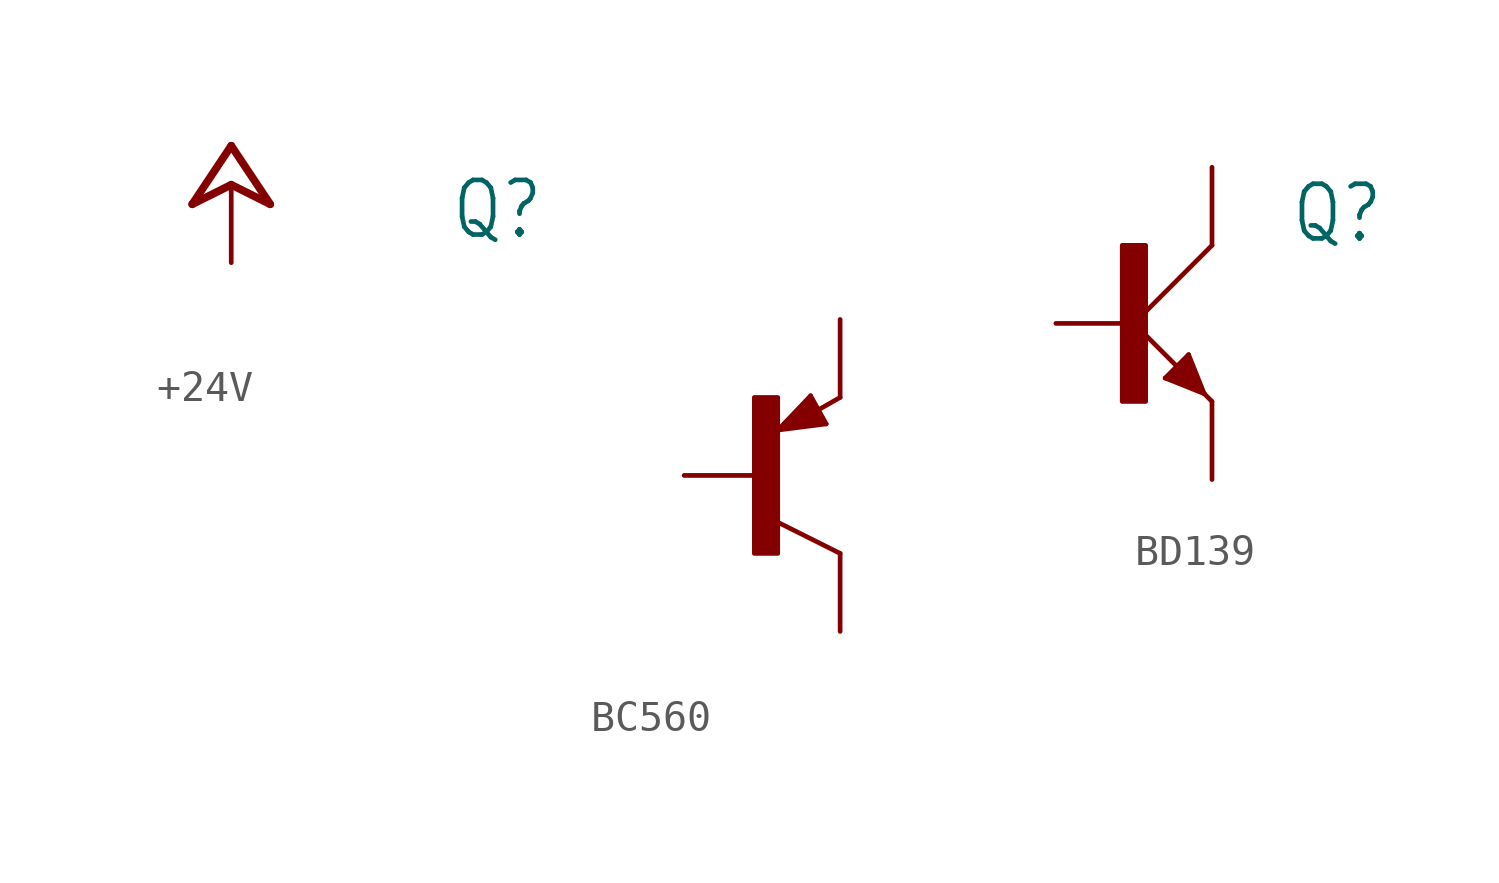
<source format=kicad_sym>
(kicad_symbol_lib
  (version 20241209)
  (generator "kicad_symbol_editor")
  (generator_version "9.0")
  (symbol "+24V"
    (power)
    (property "Reference" "#P+"
      (at 0 0 0)
      (effects (font (size 1.27 1.27)) (hide yes)))
    (property "Value" ""
      (at -2.54 -5.08 90)
      (effects (font (size 1.778 1.511)) (justify left bottom)))
    (property "ki_locked" ""
      (at 0 0 0)
      (effects (font (size 1.27 1.27))))
    (symbol "+24V_1_0"
      (polyline (pts (xy 0 1.27) (xy -1.27 -0.635)) (stroke (width 0.254) (type solid)) (fill (type none)))
      (polyline (pts (xy 0 0) (xy -1.27 -0.635)) (stroke (width 0.254) (type solid)) (fill (type none)))
      (polyline (pts (xy 1.27 -0.635) (xy 0 1.27)) (stroke (width 0.254) (type solid)) (fill (type none)))
      (polyline (pts (xy 1.27 -0.635) (xy 0 0)) (stroke (width 0.254) (type solid)) (fill (type none)))
      (pin power_in line (at 0 -2.54 90) (length 2.54) (name "+24V" (effects (font (size 0 0)))) (number "1" (effects (font (size 0 0)))))))
  (symbol "BC560"
    (property "Reference" "Q"
      (at -10.16 7.62 0)
      (effects (font (size 1.778 1.511)) (justify left bottom)))
    (property "Value" ""
      (at -10.16 5.08 0)
      (effects (font (size 1.778 1.511)) (justify left bottom)))
    (property "ki_locked" ""
      (at 0 0 0)
      (effects (font (size 1.27 1.27))))
    (symbol "BC560_1_0"
      (rectangle (start -0.254 -2.54) (end 0.508 2.54) (stroke (width 0) (type default)) (fill (type outline)))
      (polyline (pts (xy 0.516 1.478) (xy 2.086 1.678)) (stroke (width 0.152) (type solid)) (fill (type none)))
      (polyline (pts (xy 0.762 1.651) (xy 1.778 1.778)) (stroke (width 0.254) (type solid)) (fill (type none)))
      (polyline (pts (xy 1.143 1.905) (xy 1.524 1.905)) (stroke (width 0.254) (type solid)) (fill (type none)))
      (polyline (pts (xy 1.524 2.413) (xy 0.762 1.651)) (stroke (width 0.254) (type solid)) (fill (type none)))
      (polyline (pts (xy 1.524 2.159) (xy 1.143 1.905)) (stroke (width 0.254) (type solid)) (fill (type none)))
      (polyline (pts (xy 1.578 2.594) (xy 0.516 1.478)) (stroke (width 0.152) (type solid)) (fill (type none)))
      (polyline (pts (xy 1.778 1.778) (xy 1.524 2.159)) (stroke (width 0.254) (type solid)) (fill (type none)))
      (polyline (pts (xy 1.905 1.778) (xy 1.524 2.413)) (stroke (width 0.254) (type solid)) (fill (type none)))
      (polyline (pts (xy 2.086 1.678) (xy 1.578 2.594)) (stroke (width 0.152) (type solid)) (fill (type none)))
      (polyline (pts (xy 2.54 2.54) (xy 1.808 2.124)) (stroke (width 0.152) (type solid)) (fill (type none)))
      (polyline (pts (xy 2.54 -2.54) (xy 0.508 -1.524)) (stroke (width 0.152) (type solid)) (fill (type none)))
      (pin passive line (at -2.54 0 0) (length 2.54) (name "B" (effects (font (size 0 0)))) (number "B" (effects (font (size 0 0)))))
      (pin passive line (at 2.54 5.08 270) (length 2.54) (name "E" (effects (font (size 0 0)))) (number "E" (effects (font (size 0 0)))))
      (pin passive line (at 2.54 -5.08 90) (length 2.54) (name "C" (effects (font (size 0 0)))) (number "C" (effects (font (size 0 0)))))))
  (symbol "BD139"
    (property "Reference" "Q"
      (at 5.08 2.54 0)
      (effects (font (size 1.778 1.511)) (justify left bottom)))
    (property "Value" ""
      (at 5.08 0 0)
      (effects (font (size 1.778 1.511)) (justify left bottom)))
    (property "ki_locked" ""
      (at 0 0 0)
      (effects (font (size 1.27 1.27))))
    (symbol "BD139_1_0"
      (rectangle (start -0.381 -2.54) (end 0.381 2.54) (stroke (width 0) (type default)) (fill (type outline)))
      (polyline (pts (xy 0 0) (xy 1.651 -1.651)) (stroke (width 0.152) (type solid)) (fill (type none)))
      (polyline (pts (xy 1.016 -1.778) (xy 1.778 -1.016)) (stroke (width 0.152) (type solid)) (fill (type none)))
      (polyline (pts (xy 1.27 -1.778) (xy 2.159 -2.159)) (stroke (width 0.254) (type solid)) (fill (type none)))
      (polyline (pts (xy 1.524 -1.778) (xy 1.778 -1.524)) (stroke (width 0.254) (type solid)) (fill (type none)))
      (polyline (pts (xy 1.778 -1.016) (xy 2.286 -2.286)) (stroke (width 0.152) (type solid)) (fill (type none)))
      (polyline (pts (xy 1.778 -1.27) (xy 1.27 -1.778)) (stroke (width 0.254) (type solid)) (fill (type none)))
      (polyline (pts (xy 2.159 -2.159) (xy 1.651 -1.651)) (stroke (width 0.254) (type solid)) (fill (type none)))
      (polyline (pts (xy 2.159 -2.159) (xy 1.778 -1.27)) (stroke (width 0.254) (type solid)) (fill (type none)))
      (polyline (pts (xy 2.159 -2.159) (xy 2.286 -2.286)) (stroke (width 0.152) (type solid)) (fill (type none)))
      (polyline (pts (xy 2.286 -2.286) (xy 1.016 -1.778)) (stroke (width 0.152) (type solid)) (fill (type none)))
      (polyline (pts (xy 2.286 -2.286) (xy 2.54 -2.54)) (stroke (width 0.152) (type solid)) (fill (type none)))
      (polyline (pts (xy 2.54 2.54) (xy 0 0)) (stroke (width 0.152) (type solid)) (fill (type none)))
      (pin passive line (at -2.54 0 0) (length 2.54) (name "B" (effects (font (size 0 0)))) (number "B" (effects (font (size 0 0)))))
      (pin passive line (at 2.54 5.08 270) (length 2.54) (name "C" (effects (font (size 0 0)))) (number "C" (effects (font (size 0 0)))))
      (pin passive line (at 2.54 -5.08 90) (length 2.54) (name "E" (effects (font (size 0 0)))) (number "E" (effects (font (size 0 0))))))))
</source>
